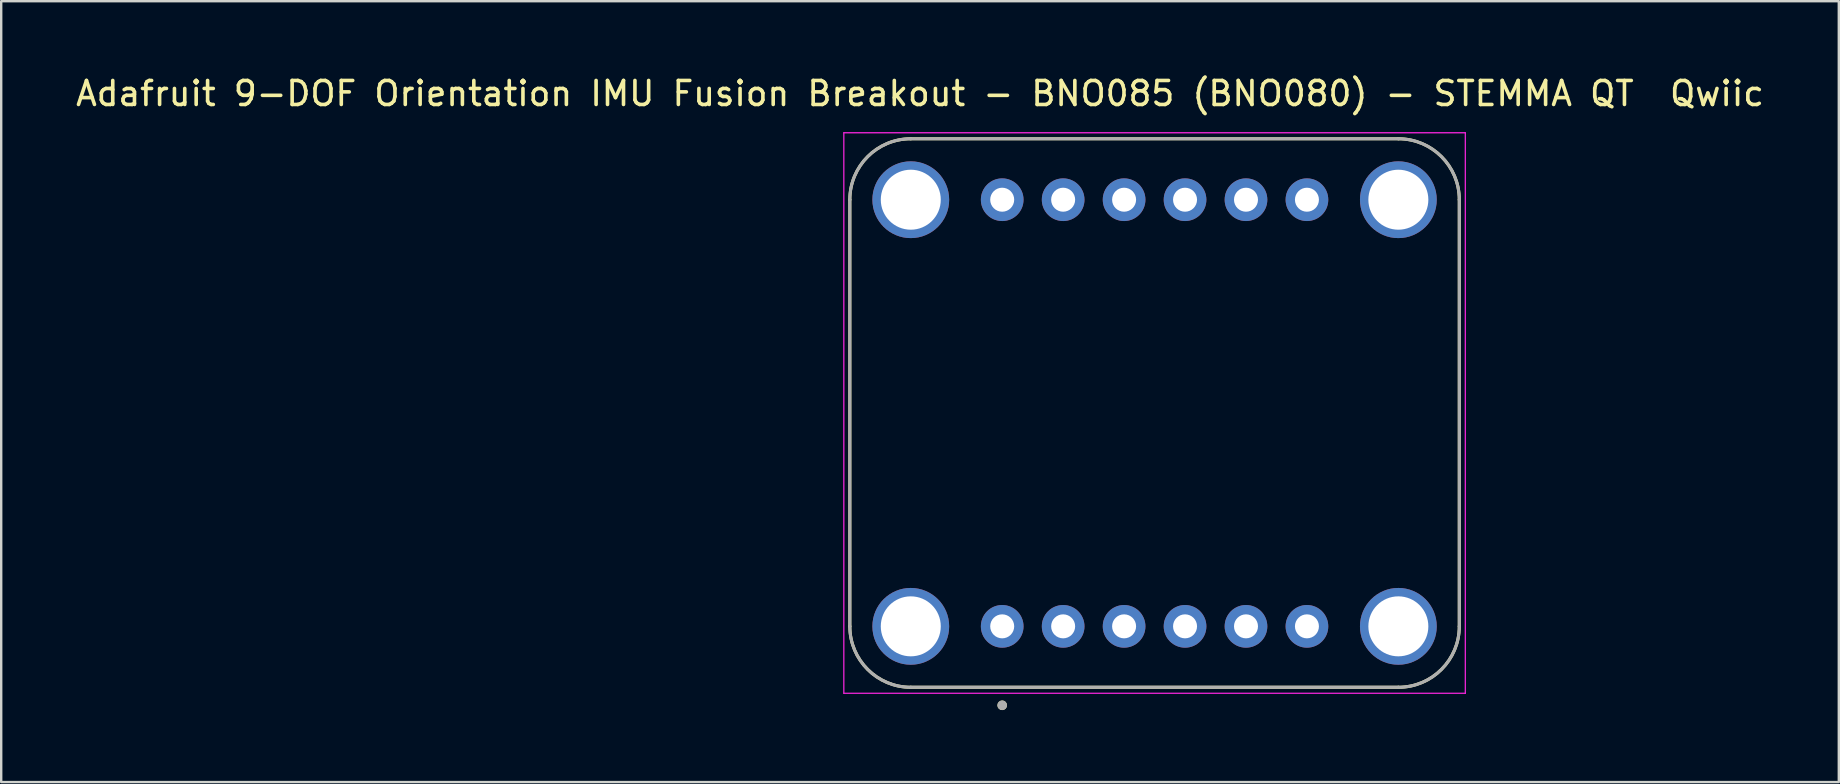
<source format=kicad_pcb>
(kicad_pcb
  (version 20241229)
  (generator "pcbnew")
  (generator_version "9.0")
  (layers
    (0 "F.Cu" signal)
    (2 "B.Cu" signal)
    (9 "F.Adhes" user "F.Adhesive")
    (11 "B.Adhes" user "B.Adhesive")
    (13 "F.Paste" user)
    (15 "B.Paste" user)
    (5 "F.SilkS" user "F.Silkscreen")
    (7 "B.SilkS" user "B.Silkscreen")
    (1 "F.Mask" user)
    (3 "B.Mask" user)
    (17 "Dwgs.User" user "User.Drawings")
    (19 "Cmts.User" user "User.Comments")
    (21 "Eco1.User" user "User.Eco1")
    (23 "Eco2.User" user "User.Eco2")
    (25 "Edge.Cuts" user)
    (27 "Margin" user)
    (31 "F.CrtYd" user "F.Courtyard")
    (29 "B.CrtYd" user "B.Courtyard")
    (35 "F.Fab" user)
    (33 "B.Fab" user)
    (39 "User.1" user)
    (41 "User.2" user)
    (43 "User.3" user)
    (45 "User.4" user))
  (footprint "Adafruit 9-DOF Orientation IMU Fusion Breakout - BNO085 (BNO080) - STEMMA QT  Qwiic"
    (layer "F.Cu")
    (at 45.067 14.163)
    (property "Reference" "Adafruit 9-DOF Orientation IMU Fusion Breakout - BNO085 (BNO080) - STEMMA QT  Qwiic" (at -9.775 -13.315 0) (layer "F.SilkS") (effects (font (size 1 1) (thickness 0.15))))
    (attr through_hole)
    (fp_line (start -12.7 -8.89) (end -12.7 8.89) (stroke (width 0.127) (type solid)) (layer "F.SilkS"))
    (fp_line (start -10.16 11.43) (end 10.16 11.43) (stroke (width 0.127) (type solid)) (layer "F.SilkS"))
    (fp_line (start 10.16 -11.43) (end -10.16 -11.43) (stroke (width 0.127) (type solid)) (layer "F.SilkS"))
    (fp_line (start 12.7 8.89) (end 12.7 -8.89) (stroke (width 0.127) (type solid)) (layer "F.SilkS"))
    (fp_arc (start -12.7 -8.89) (mid -11.956051 -10.686051) (end -10.16 -11.43) (stroke (width 0.127) (type solid)) (layer "F.SilkS"))
    (fp_arc (start -10.16 11.43) (mid -11.956051 10.686051) (end -12.7 8.89) (stroke (width 0.127) (type solid)) (layer "F.SilkS"))
    (fp_arc (start 10.16 -11.43) (mid 11.956051 -10.686051) (end 12.7 -8.89) (stroke (width 0.127) (type solid)) (layer "F.SilkS"))
    (fp_arc (start 12.7 8.89) (mid 11.956051 10.686051) (end 10.16 11.43) (stroke (width 0.127) (type solid)) (layer "F.SilkS"))
    (fp_circle (center -6.35 12.18) (end -6.25 12.18) (stroke (width 0.2) (type solid)) (fill no) (layer "F.SilkS"))
    (fp_line (start -12.95 -11.68) (end -12.95 11.68) (stroke (width 0.05) (type solid)) (layer "F.CrtYd"))
    (fp_line (start -12.95 11.68) (end 12.95 11.68) (stroke (width 0.05) (type solid)) (layer "F.CrtYd"))
    (fp_line (start 12.95 -11.68) (end -12.95 -11.68) (stroke (width 0.05) (type solid)) (layer "F.CrtYd"))
    (fp_line (start 12.95 11.68) (end 12.95 -11.68) (stroke (width 0.05) (type solid)) (layer "F.CrtYd"))
    (fp_line (start -12.7 -8.89) (end -12.7 8.89) (stroke (width 0.127) (type solid)) (layer "F.Fab"))
    (fp_line (start -10.16 11.43) (end 10.16 11.43) (stroke (width 0.127) (type solid)) (layer "F.Fab"))
    (fp_line (start 10.16 -11.43) (end -10.16 -11.43) (stroke (width 0.127) (type solid)) (layer "F.Fab"))
    (fp_line (start 12.7 8.89) (end 12.7 -8.89) (stroke (width 0.127) (type solid)) (layer "F.Fab"))
    (fp_arc (start -12.7 -8.89) (mid -11.956051 -10.686051) (end -10.16 -11.43) (stroke (width 0.127) (type solid)) (layer "F.Fab"))
    (fp_arc (start -10.16 11.43) (mid -11.956051 10.686051) (end -12.7 8.89) (stroke (width 0.127) (type solid)) (layer "F.Fab"))
    (fp_arc (start 10.16 -11.43) (mid 11.956051 -10.686051) (end 12.7 -8.89) (stroke (width 0.127) (type solid)) (layer "F.Fab"))
    (fp_arc (start 12.7 8.89) (mid 11.956051 10.686051) (end 10.16 11.43) (stroke (width 0.127) (type solid)) (layer "F.Fab"))
    (fp_circle (center -6.35 12.18) (end -6.25 12.18) (stroke (width 0.2) (type solid)) (fill no) (layer "F.Fab"))
    (pad "JP1_1" thru_hole circle (at -6.35 8.89) (size 1.778 1.778) (drill 1) (layers "*.Cu" "*.Mask"))
    (pad "JP1_2" thru_hole circle (at -3.81 8.89) (size 1.778 1.778) (drill 1) (layers "*.Cu" "*.Mask"))
    (pad "JP1_3" thru_hole circle (at -1.27 8.89) (size 1.778 1.778) (drill 1) (layers "*.Cu" "*.Mask"))
    (pad "JP1_4" thru_hole circle (at 1.27 8.89) (size 1.778 1.778) (drill 1) (layers "*.Cu" "*.Mask"))
    (pad "JP1_5" thru_hole circle (at 3.81 8.89) (size 1.778 1.778) (drill 1) (layers "*.Cu" "*.Mask"))
    (pad "JP1_6" thru_hole circle (at 6.35 8.89) (size 1.778 1.778) (drill 1) (layers "*.Cu" "*.Mask"))
    (pad "JP2_1" thru_hole circle (at -6.35 -8.89) (size 1.778 1.778) (drill 1) (layers "*.Cu" "*.Mask"))
    (pad "JP2_2" thru_hole circle (at -3.81 -8.89) (size 1.778 1.778) (drill 1) (layers "*.Cu" "*.Mask"))
    (pad "JP2_3" thru_hole circle (at -1.27 -8.89) (size 1.778 1.778) (drill 1) (layers "*.Cu" "*.Mask"))
    (pad "JP2_4" thru_hole circle (at 1.27 -8.89) (size 1.778 1.778) (drill 1) (layers "*.Cu" "*.Mask"))
    (pad "JP2_5" thru_hole circle (at 3.81 -8.89) (size 1.778 1.778) (drill 1) (layers "*.Cu" "*.Mask"))
    (pad "JP2_6" thru_hole circle (at 6.35 -8.89) (size 1.778 1.778) (drill 1) (layers "*.Cu" "*.Mask"))
    (pad "P1" thru_hole circle (at -10.16 -8.89) (size 3.2 3.2) (drill 2.5) (layers "*.Cu" "*.Mask"))
    (pad "P2" thru_hole circle (at 10.16 -8.89) (size 3.2 3.2) (drill 2.5) (layers "*.Cu" "*.Mask"))
    (pad "P3" thru_hole circle (at -10.16 8.89) (size 3.2 3.2) (drill 2.5) (layers "*.Cu" "*.Mask"))
    (pad "P4" thru_hole circle (at 10.16 8.89) (size 3.2 3.2) (drill 2.5) (layers "*.Cu" "*.Mask")))
  (gr_rect
    (start -3 -3)
    (end 73.583 29.543)
    (stroke (width 0.1) (type default))
    (fill no)
    (layer "Edge.Cuts")))
</source>
